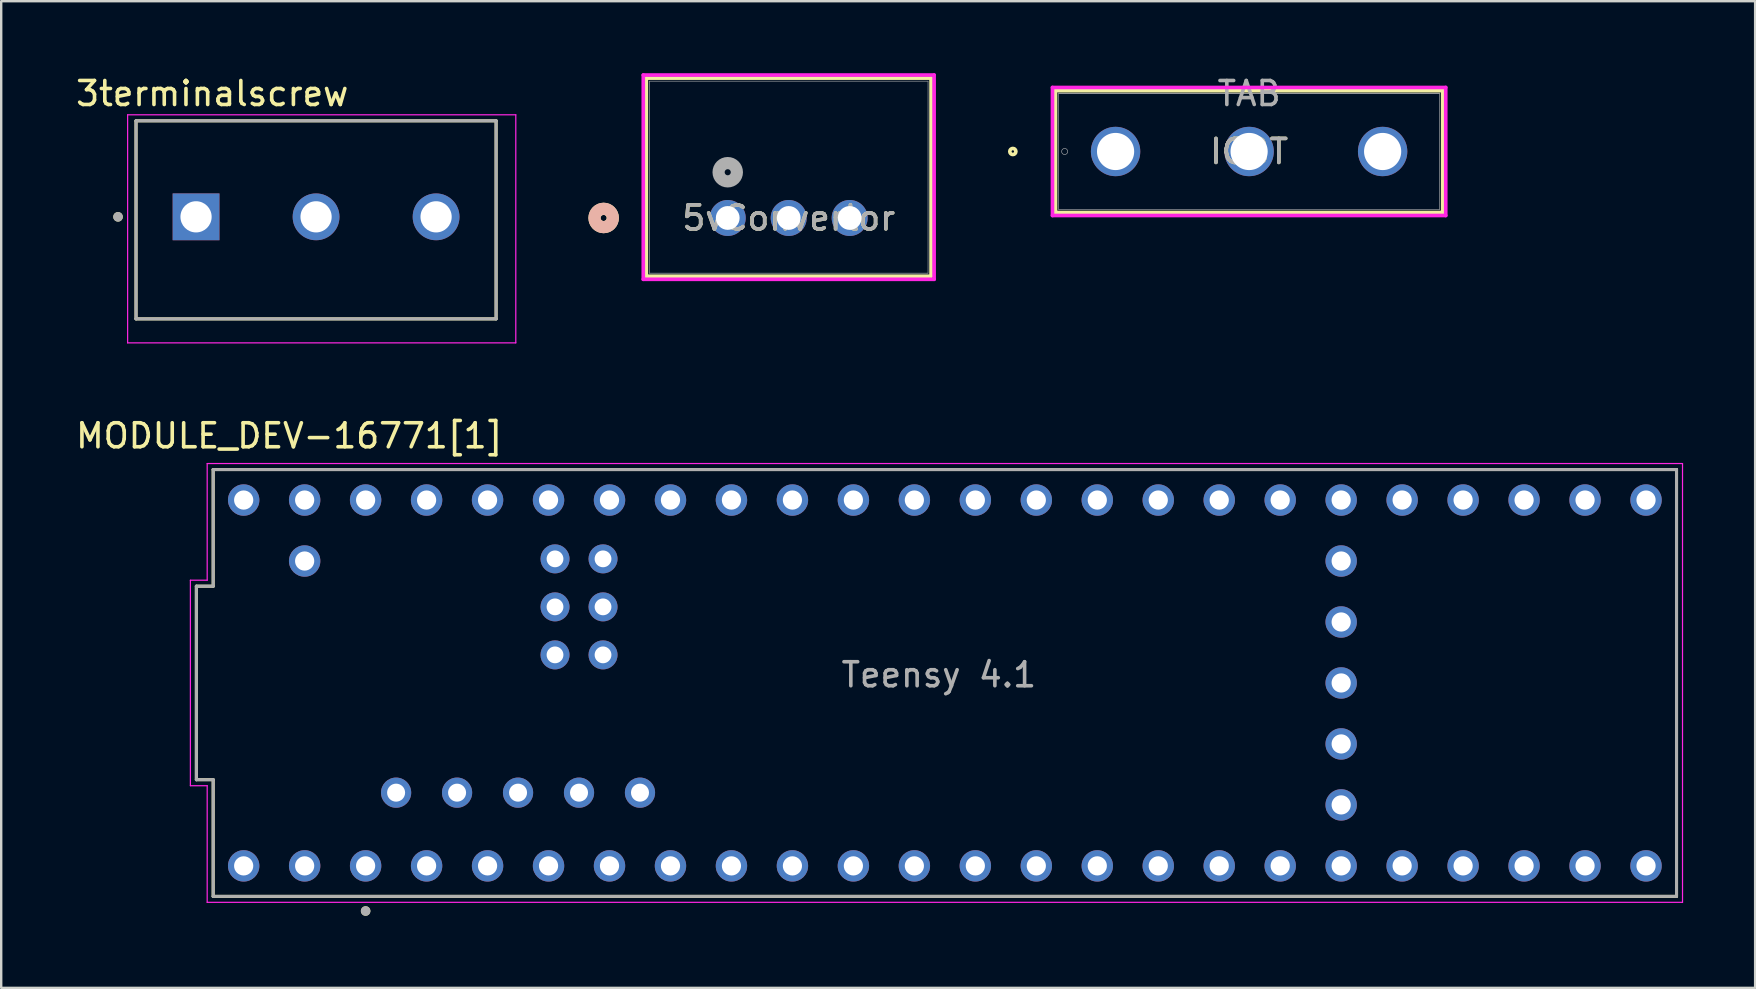
<source format=kicad_pcb>
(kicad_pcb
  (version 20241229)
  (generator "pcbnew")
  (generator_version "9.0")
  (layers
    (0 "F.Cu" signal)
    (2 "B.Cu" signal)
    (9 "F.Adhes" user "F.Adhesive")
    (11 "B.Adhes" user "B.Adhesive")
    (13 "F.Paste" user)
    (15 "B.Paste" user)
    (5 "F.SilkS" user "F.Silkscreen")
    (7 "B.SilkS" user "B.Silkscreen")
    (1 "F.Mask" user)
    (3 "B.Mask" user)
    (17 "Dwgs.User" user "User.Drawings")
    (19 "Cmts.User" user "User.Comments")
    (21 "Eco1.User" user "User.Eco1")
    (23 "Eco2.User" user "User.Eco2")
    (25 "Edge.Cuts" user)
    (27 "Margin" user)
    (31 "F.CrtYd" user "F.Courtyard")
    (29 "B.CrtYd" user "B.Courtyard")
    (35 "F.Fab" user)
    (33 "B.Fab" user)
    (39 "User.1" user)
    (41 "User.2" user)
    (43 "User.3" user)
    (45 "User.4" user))
  (footprint "5vConvertor"
    (layer "F.Cu")
    (at 27.266 6.03)
    (property "Reference" "5vConvertor" (at 2.54 0 0) (unlocked yes) (layer "F.SilkS") (effects (font (size 1 1) (thickness 0.15))))
    (attr through_hole)
    (fp_line (start -3.391 -5.827) (end -3.391 2.428) (stroke (width 0.152) (type solid)) (layer "F.SilkS"))
    (fp_line (start -3.391 2.428) (end 8.471 2.428) (stroke (width 0.152) (type solid)) (layer "F.SilkS"))
    (fp_line (start 8.471 -5.827) (end -3.391 -5.827) (stroke (width 0.152) (type solid)) (layer "F.SilkS"))
    (fp_line (start 8.471 2.428) (end 8.471 -5.827) (stroke (width 0.152) (type solid)) (layer "F.SilkS"))
    (fp_circle (center -5.169 0) (end -4.788 0) (stroke (width 0.508) (type solid)) (fill no) (layer "F.SilkS"))
    (fp_circle (center -5.169 0) (end -4.788 0) (stroke (width 0.508) (type solid)) (fill no) (layer "B.SilkS"))
    (fp_line (start -3.518 -5.954) (end -3.518 2.555) (stroke (width 0.152) (type solid)) (layer "F.CrtYd"))
    (fp_line (start -3.518 2.555) (end 8.598 2.555) (stroke (width 0.152) (type solid)) (layer "F.CrtYd"))
    (fp_line (start 8.598 -5.954) (end -3.518 -5.954) (stroke (width 0.152) (type solid)) (layer "F.CrtYd"))
    (fp_line (start 8.598 2.555) (end 8.598 -5.954) (stroke (width 0.152) (type solid)) (layer "F.CrtYd"))
    (fp_line (start -3.264 -5.7) (end -3.264 2.301) (stroke (width 0.025) (type solid)) (layer "F.Fab"))
    (fp_line (start -3.264 2.301) (end 8.344 2.301) (stroke (width 0.025) (type solid)) (layer "F.Fab"))
    (fp_line (start 8.344 -5.7) (end -3.264 -5.7) (stroke (width 0.025) (type solid)) (layer "F.Fab"))
    (fp_line (start 8.344 2.301) (end 8.344 -5.7) (stroke (width 0.025) (type solid)) (layer "F.Fab"))
    (fp_circle (center 0 -1.905) (end 0.381 -1.905) (stroke (width 0.508) (type solid)) (fill no) (layer "F.Fab"))
    (fp_text user "${REFERENCE}" (at 2.54 0 0) (unlocked yes) (layer "F.Fab") (effects (font (size 1 1) (thickness 0.15))))
    (pad "1" thru_hole circle (at 0 0) (size 1.499 1.499) (drill 0.991) (layers "*.Cu" "*.Mask"))
    (pad "2" thru_hole circle (at 2.54 0) (size 1.499 1.499) (drill 0.991) (layers "*.Cu" "*.Mask"))
    (pad "3" thru_hole circle (at 5.08 0) (size 1.499 1.499) (drill 0.991) (layers "*.Cu" "*.Mask")))
  (footprint "MODULE_DEV-16771[1]"
    (layer "F.Cu")
    (at 36.311 25.401)
    (property "Reference" "MODULE_DEV-16771[1]" (at -27.305 -10.295 0) (layer "F.SilkS") (effects (font (size 1 1) (thickness 0.15))))
    (attr through_hole)
    (fp_line (start -31.18 4.03) (end -31.18 -4.03) (stroke (width 0.127) (type solid)) (layer "F.SilkS"))
    (fp_line (start -30.48 -8.89) (end -30.48 -4.03) (stroke (width 0.127) (type solid)) (layer "F.SilkS"))
    (fp_line (start -30.48 -8.89) (end 30.48 -8.89) (stroke (width 0.127) (type solid)) (layer "F.SilkS"))
    (fp_line (start -30.48 -4.03) (end -31.18 -4.03) (stroke (width 0.127) (type solid)) (layer "F.SilkS"))
    (fp_line (start -30.48 4.03) (end -31.18 4.03) (stroke (width 0.127) (type solid)) (layer "F.SilkS"))
    (fp_line (start -30.48 8.89) (end -30.48 4.03) (stroke (width 0.127) (type solid)) (layer "F.SilkS"))
    (fp_line (start 30.48 -8.89) (end 30.48 8.89) (stroke (width 0.127) (type solid)) (layer "F.SilkS"))
    (fp_line (start 30.48 8.89) (end -30.48 8.89) (stroke (width 0.127) (type solid)) (layer "F.SilkS"))
    (fp_circle (center -24.13 9.5) (end -24.03 9.5) (stroke (width 0.2) (type solid)) (fill no) (layer "F.SilkS"))
    (fp_line (start -31.43 4.28) (end -31.43 -4.28) (stroke (width 0.05) (type solid)) (layer "F.CrtYd"))
    (fp_line (start -30.73 -9.14) (end -30.73 -4.28) (stroke (width 0.05) (type solid)) (layer "F.CrtYd"))
    (fp_line (start -30.73 -9.14) (end 30.73 -9.14) (stroke (width 0.05) (type solid)) (layer "F.CrtYd"))
    (fp_line (start -30.73 -4.28) (end -31.43 -4.28) (stroke (width 0.05) (type solid)) (layer "F.CrtYd"))
    (fp_line (start -30.73 4.28) (end -31.43 4.28) (stroke (width 0.05) (type solid)) (layer "F.CrtYd"))
    (fp_line (start -30.73 9.14) (end -30.73 4.28) (stroke (width 0.05) (type solid)) (layer "F.CrtYd"))
    (fp_line (start 30.73 -9.14) (end 30.73 9.14) (stroke (width 0.05) (type solid)) (layer "F.CrtYd"))
    (fp_line (start 30.73 9.14) (end -30.73 9.14) (stroke (width 0.05) (type solid)) (layer "F.CrtYd"))
    (fp_line (start -31.18 4.03) (end -31.18 -4.03) (stroke (width 0.127) (type solid)) (layer "F.Fab"))
    (fp_line (start -30.48 -8.89) (end -30.48 -4.03) (stroke (width 0.127) (type solid)) (layer "F.Fab"))
    (fp_line (start -30.48 -8.89) (end 30.48 -8.89) (stroke (width 0.127) (type solid)) (layer "F.Fab"))
    (fp_line (start -30.48 -4.03) (end -31.18 -4.03) (stroke (width 0.127) (type solid)) (layer "F.Fab"))
    (fp_line (start -30.48 4.03) (end -31.18 4.03) (stroke (width 0.127) (type solid)) (layer "F.Fab"))
    (fp_line (start -30.48 8.89) (end -30.48 4.03) (stroke (width 0.127) (type solid)) (layer "F.Fab"))
    (fp_line (start 30.48 -8.89) (end 30.48 8.89) (stroke (width 0.127) (type solid)) (layer "F.Fab"))
    (fp_line (start 30.48 8.89) (end -30.48 8.89) (stroke (width 0.127) (type solid)) (layer "F.Fab"))
    (fp_circle (center -24.13 9.5) (end -24.03 9.5) (stroke (width 0.2) (type solid)) (fill no) (layer "F.Fab"))
    (fp_text user "Teensy 4.1" (at -0.25 -0.34 0) (layer "F.Fab") (effects (font (size 1 1) (thickness 0.15))))
    (pad "0" thru_hole circle (at -26.67 7.62) (size 1.308 1.308) (drill 0.8) (layers "*.Cu" "*.Mask"))
    (pad "1" thru_hole circle (at -24.13 7.62) (size 1.308 1.308) (drill 0.8) (layers "*.Cu" "*.Mask"))
    (pad "2" thru_hole circle (at -21.59 7.62) (size 1.308 1.308) (drill 0.8) (layers "*.Cu" "*.Mask"))
    (pad "3" thru_hole circle (at -19.05 7.62) (size 1.308 1.308) (drill 0.8) (layers "*.Cu" "*.Mask"))
    (pad "3.3V_1" thru_hole circle (at 6.35 7.62) (size 1.308 1.308) (drill 0.8) (layers "*.Cu" "*.Mask"))
    (pad "3.3V_2" thru_hole circle (at -24.13 -7.62) (size 1.308 1.308) (drill 0.8) (layers "*.Cu" "*.Mask"))
    (pad "3.3V_3" thru_hole circle (at 16.51 2.54) (size 1.308 1.308) (drill 0.8) (layers "*.Cu" "*.Mask"))
    (pad "4" thru_hole circle (at -16.51 7.62) (size 1.308 1.308) (drill 0.8) (layers "*.Cu" "*.Mask"))
    (pad "5" thru_hole circle (at -13.97 7.62) (size 1.308 1.308) (drill 0.8) (layers "*.Cu" "*.Mask"))
    (pad "5V" thru_hole circle (at -22.86 4.57) (size 1.258 1.258) (drill 0.75) (layers "*.Cu" "*.Mask"))
    (pad "6" thru_hole circle (at -11.43 7.62) (size 1.308 1.308) (drill 0.8) (layers "*.Cu" "*.Mask"))
    (pad "7" thru_hole circle (at -8.89 7.62) (size 1.308 1.308) (drill 0.8) (layers "*.Cu" "*.Mask"))
    (pad "8" thru_hole circle (at -6.35 7.62) (size 1.308 1.308) (drill 0.8) (layers "*.Cu" "*.Mask"))
    (pad "9" thru_hole circle (at -3.81 7.62) (size 1.308 1.308) (drill 0.8) (layers "*.Cu" "*.Mask"))
    (pad "10" thru_hole circle (at -1.27 7.62) (size 1.308 1.308) (drill 0.8) (layers "*.Cu" "*.Mask"))
    (pad "11" thru_hole circle (at 1.27 7.62) (size 1.308 1.308) (drill 0.8) (layers "*.Cu" "*.Mask"))
    (pad "12" thru_hole circle (at 3.81 7.62) (size 1.308 1.308) (drill 0.8) (layers "*.Cu" "*.Mask"))
    (pad "13" thru_hole circle (at 3.81 -7.62) (size 1.308 1.308) (drill 0.8) (layers "*.Cu" "*.Mask"))
    (pad "14" thru_hole circle (at 1.27 -7.62) (size 1.308 1.308) (drill 0.8) (layers "*.Cu" "*.Mask"))
    (pad "15" thru_hole circle (at -1.27 -7.62) (size 1.308 1.308) (drill 0.8) (layers "*.Cu" "*.Mask"))
    (pad "16" thru_hole circle (at -3.81 -7.62) (size 1.308 1.308) (drill 0.8) (layers "*.Cu" "*.Mask"))
    (pad "17" thru_hole circle (at -6.35 -7.62) (size 1.308 1.308) (drill 0.8) (layers "*.Cu" "*.Mask"))
    (pad "18" thru_hole circle (at -8.89 -7.62) (size 1.308 1.308) (drill 0.8) (layers "*.Cu" "*.Mask"))
    (pad "19" thru_hole circle (at -11.43 -7.62) (size 1.308 1.308) (drill 0.8) (layers "*.Cu" "*.Mask"))
    (pad "20" thru_hole circle (at -13.97 -7.62) (size 1.308 1.308) (drill 0.8) (layers "*.Cu" "*.Mask"))
    (pad "21" thru_hole circle (at -16.51 -7.62) (size 1.308 1.308) (drill 0.8) (layers "*.Cu" "*.Mask"))
    (pad "22" thru_hole circle (at -19.05 -7.62) (size 1.308 1.308) (drill 0.8) (layers "*.Cu" "*.Mask"))
    (pad "23" thru_hole circle (at -21.59 -7.62) (size 1.308 1.308) (drill 0.8) (layers "*.Cu" "*.Mask"))
    (pad "24" thru_hole circle (at 8.89 7.62) (size 1.308 1.308) (drill 0.8) (layers "*.Cu" "*.Mask"))
    (pad "25" thru_hole circle (at 11.43 7.62) (size 1.308 1.308) (drill 0.8) (layers "*.Cu" "*.Mask"))
    (pad "26" thru_hole circle (at 13.97 7.62) (size 1.308 1.308) (drill 0.8) (layers "*.Cu" "*.Mask"))
    (pad "27" thru_hole circle (at 16.51 7.62) (size 1.308 1.308) (drill 0.8) (layers "*.Cu" "*.Mask"))
    (pad "28" thru_hole circle (at 19.05 7.62) (size 1.308 1.308) (drill 0.8) (layers "*.Cu" "*.Mask"))
    (pad "29" thru_hole circle (at 21.59 7.62) (size 1.308 1.308) (drill 0.8) (layers "*.Cu" "*.Mask"))
    (pad "30" thru_hole circle (at 24.13 7.62) (size 1.308 1.308) (drill 0.8) (layers "*.Cu" "*.Mask"))
    (pad "31" thru_hole circle (at 26.67 7.62) (size 1.308 1.308) (drill 0.8) (layers "*.Cu" "*.Mask"))
    (pad "32" thru_hole circle (at 29.21 7.62) (size 1.308 1.308) (drill 0.8) (layers "*.Cu" "*.Mask"))
    (pad "33" thru_hole circle (at 29.21 -7.62) (size 1.308 1.308) (drill 0.8) (layers "*.Cu" "*.Mask"))
    (pad "34" thru_hole circle (at 26.67 -7.62) (size 1.308 1.308) (drill 0.8) (layers "*.Cu" "*.Mask"))
    (pad "35" thru_hole circle (at 24.13 -7.62) (size 1.308 1.308) (drill 0.8) (layers "*.Cu" "*.Mask"))
    (pad "36" thru_hole circle (at 21.59 -7.62) (size 1.308 1.308) (drill 0.8) (layers "*.Cu" "*.Mask"))
    (pad "37" thru_hole circle (at 19.05 -7.62) (size 1.308 1.308) (drill 0.8) (layers "*.Cu" "*.Mask"))
    (pad "38" thru_hole circle (at 16.51 -7.62) (size 1.308 1.308) (drill 0.8) (layers "*.Cu" "*.Mask"))
    (pad "39" thru_hole circle (at 13.97 -7.62) (size 1.308 1.308) (drill 0.8) (layers "*.Cu" "*.Mask"))
    (pad "40" thru_hole circle (at 11.43 -7.62) (size 1.308 1.308) (drill 0.8) (layers "*.Cu" "*.Mask"))
    (pad "41" thru_hole circle (at 8.89 -7.62) (size 1.308 1.308) (drill 0.8) (layers "*.Cu" "*.Mask"))
    (pad "D+" thru_hole circle (at -17.78 4.57) (size 1.258 1.258) (drill 0.75) (layers "*.Cu" "*.Mask"))
    (pad "D-" thru_hole circle (at -20.32 4.57) (size 1.258 1.258) (drill 0.75) (layers "*.Cu" "*.Mask"))
    (pad "GND1" thru_hole circle (at -29.21 7.62) (size 1.308 1.308) (drill 0.8) (layers "*.Cu" "*.Mask"))
    (pad "GND2" thru_hole circle (at 6.35 -7.62) (size 1.308 1.308) (drill 0.8) (layers "*.Cu" "*.Mask"))
    (pad "GND3" thru_hole circle (at -26.67 -7.62) (size 1.308 1.308) (drill 0.8) (layers "*.Cu" "*.Mask"))
    (pad "GND4" thru_hole circle (at 16.51 0) (size 1.308 1.308) (drill 0.8) (layers "*.Cu" "*.Mask"))
    (pad "GND5" thru_hole circle (at -14.24 -3.17) (size 1.208 1.208) (drill 0.7) (layers "*.Cu" "*.Mask"))
    (pad "LED" thru_hole circle (at -16.24 -3.17) (size 1.208 1.208) (drill 0.7) (layers "*.Cu" "*.Mask"))
    (pad "ON/OFF" thru_hole circle (at 16.51 -5.08) (size 1.308 1.308) (drill 0.8) (layers "*.Cu" "*.Mask"))
    (pad "PROGRAM" thru_hole circle (at 16.51 -2.54) (size 1.308 1.308) (drill 0.8) (layers "*.Cu" "*.Mask"))
    (pad "R+" thru_hole circle (at -16.24 -5.17) (size 1.208 1.208) (drill 0.7) (layers "*.Cu" "*.Mask"))
    (pad "R-" thru_hole circle (at -14.24 -5.17) (size 1.208 1.208) (drill 0.7) (layers "*.Cu" "*.Mask"))
    (pad "T+" thru_hole circle (at -14.24 -1.17) (size 1.208 1.208) (drill 0.7) (layers "*.Cu" "*.Mask"))
    (pad "T-" thru_hole circle (at -16.24 -1.17) (size 1.208 1.208) (drill 0.7) (layers "*.Cu" "*.Mask"))
    (pad "USB_GND1" thru_hole circle (at -15.24 4.57) (size 1.258 1.258) (drill 0.75) (layers "*.Cu" "*.Mask"))
    (pad "USB_GND2" thru_hole circle (at -12.7 4.57) (size 1.258 1.258) (drill 0.75) (layers "*.Cu" "*.Mask"))
    (pad "VBAT" thru_hole circle (at 16.51 5.08) (size 1.308 1.308) (drill 0.8) (layers "*.Cu" "*.Mask"))
    (pad "VIN" thru_hole circle (at -29.21 -7.62) (size 1.308 1.308) (drill 0.8) (layers "*.Cu" "*.Mask"))
    (pad "VUSB" thru_hole circle (at -26.67 -5.08) (size 1.308 1.308) (drill 0.8) (layers "*.Cu" "*.Mask")))
  (footprint "IGBT"
    (layer "F.Cu")
    (at 43.423 3.261)
    (property "Reference" "IGBT" (at 5.563 0 0) (unlocked yes) (layer "F.SilkS") (effects (font (size 1 1) (thickness 0.15))))
    (attr through_hole)
    (fp_line (start -2.502 -2.54) (end -2.502 2.54) (stroke (width 0.152) (type solid)) (layer "F.SilkS"))
    (fp_line (start -2.502 2.54) (end 13.627 2.54) (stroke (width 0.152) (type solid)) (layer "F.SilkS"))
    (fp_line (start -2.375 -2.54) (end 13.5 -2.54) (stroke (width 0.152) (type solid)) (layer "F.SilkS"))
    (fp_line (start 13.627 -2.54) (end -2.502 -2.54) (stroke (width 0.152) (type solid)) (layer "F.SilkS"))
    (fp_line (start 13.627 2.54) (end 13.627 -2.54) (stroke (width 0.152) (type solid)) (layer "F.SilkS"))
    (fp_circle (center -4.28 0) (end -4.153 0) (stroke (width 0.152) (type solid)) (fill no) (layer "F.SilkS"))
    (fp_line (start -2.629 -2.667) (end -2.629 2.667) (stroke (width 0.152) (type solid)) (layer "F.CrtYd"))
    (fp_line (start -2.629 2.667) (end 13.754 2.667) (stroke (width 0.152) (type solid)) (layer "F.CrtYd"))
    (fp_line (start 13.754 -2.667) (end -2.629 -2.667) (stroke (width 0.152) (type solid)) (layer "F.CrtYd"))
    (fp_line (start 13.754 2.667) (end 13.754 -2.667) (stroke (width 0.152) (type solid)) (layer "F.CrtYd"))
    (fp_line (start -2.375 -2.413) (end -2.375 2.413) (stroke (width 0.025) (type solid)) (layer "F.Fab"))
    (fp_line (start -2.375 -2.413) (end 13.5 -2.413) (stroke (width 0.025) (type solid)) (layer "F.Fab"))
    (fp_line (start -2.375 2.413) (end 13.5 2.413) (stroke (width 0.025) (type solid)) (layer "F.Fab"))
    (fp_line (start 13.5 -2.413) (end -2.375 -2.413) (stroke (width 0.025) (type solid)) (layer "F.Fab"))
    (fp_line (start 13.5 2.413) (end 13.5 -2.413) (stroke (width 0.025) (type solid)) (layer "F.Fab"))
    (fp_circle (center -2.121 0) (end -1.994 0) (stroke (width 0.025) (type solid)) (fill no) (layer "F.Fab"))
    (fp_text user "TAB" (at 5.563 -2.413 0) (unlocked yes) (layer "F.Fab") (effects (font (size 1 1) (thickness 0.15))))
    (fp_text user "${REFERENCE}" (at 5.563 0 0) (unlocked yes) (layer "F.Fab") (effects (font (size 1 1) (thickness 0.15))))
    (pad "1" thru_hole circle (at 0 0) (size 2.057 2.057) (drill 1.549) (layers "*.Cu" "*.Mask"))
    (pad "2" thru_hole circle (at 5.563 0) (size 2.057 2.057) (drill 1.549) (layers "*.Cu" "*.Mask"))
    (pad "3" thru_hole circle (at 11.125 0) (size 2.057 2.057) (drill 1.549) (layers "*.Cu" "*.Mask")))
  (footprint "3terminalscrew"
    (layer "F.Cu")
    (at 2.617 10.233)
    (property "Reference" "3terminalscrew" (at 3.175 -9.385 0) (layer "F.SilkS") (effects (font (size 1 1) (thickness 0.15))))
    (attr through_hole)
    (fp_line (start 0 -8.25) (end 15 -8.25) (stroke (width 0.127) (type solid)) (layer "F.SilkS"))
    (fp_line (start 0 0) (end 0 -8.25) (stroke (width 0.127) (type solid)) (layer "F.SilkS"))
    (fp_line (start 0 0) (end 15 0) (stroke (width 0.127) (type solid)) (layer "F.SilkS"))
    (fp_line (start 15 0) (end 15 -8.25) (stroke (width 0.127) (type solid)) (layer "F.SilkS"))
    (fp_circle (center -0.75 -4.25) (end -0.65 -4.25) (stroke (width 0.2) (type solid)) (fill no) (layer "F.SilkS"))
    (fp_line (start -0.35 -8.5) (end -0.35 1) (stroke (width 0.05) (type solid)) (layer "F.CrtYd"))
    (fp_line (start -0.35 1) (end 15.82 1) (stroke (width 0.05) (type solid)) (layer "F.CrtYd"))
    (fp_line (start 15.82 -8.5) (end -0.35 -8.5) (stroke (width 0.05) (type solid)) (layer "F.CrtYd"))
    (fp_line (start 15.82 1) (end 15.82 -8.5) (stroke (width 0.05) (type solid)) (layer "F.CrtYd"))
    (fp_line (start 0 -8.25) (end 15 -8.25) (stroke (width 0.127) (type solid)) (layer "F.Fab"))
    (fp_line (start 0 0) (end 0 -8.25) (stroke (width 0.127) (type solid)) (layer "F.Fab"))
    (fp_line (start 0 0) (end 15 0) (stroke (width 0.127) (type solid)) (layer "F.Fab"))
    (fp_line (start 15 0) (end 15 -8.25) (stroke (width 0.127) (type solid)) (layer "F.Fab"))
    (fp_circle (center -0.75 -4.25) (end -0.65 -4.25) (stroke (width 0.2) (type solid)) (fill no) (layer "F.Fab"))
    (pad "1" thru_hole rect (at 2.5 -4.25) (size 1.95 1.95) (drill 1.3) (layers "*.Cu" "*.Mask"))
    (pad "2" thru_hole circle (at 7.5 -4.25) (size 1.95 1.95) (drill 1.3) (layers "*.Cu" "*.Mask"))
    (pad "3" thru_hole circle (at 12.5 -4.25) (size 1.95 1.95) (drill 1.3) (layers "*.Cu" "*.Mask")))
  (gr_rect
    (start -3 -3)
    (end 70.066 38.102)
    (stroke (width 0.1) (type default))
    (fill no)
    (layer "Edge.Cuts")))
</source>
